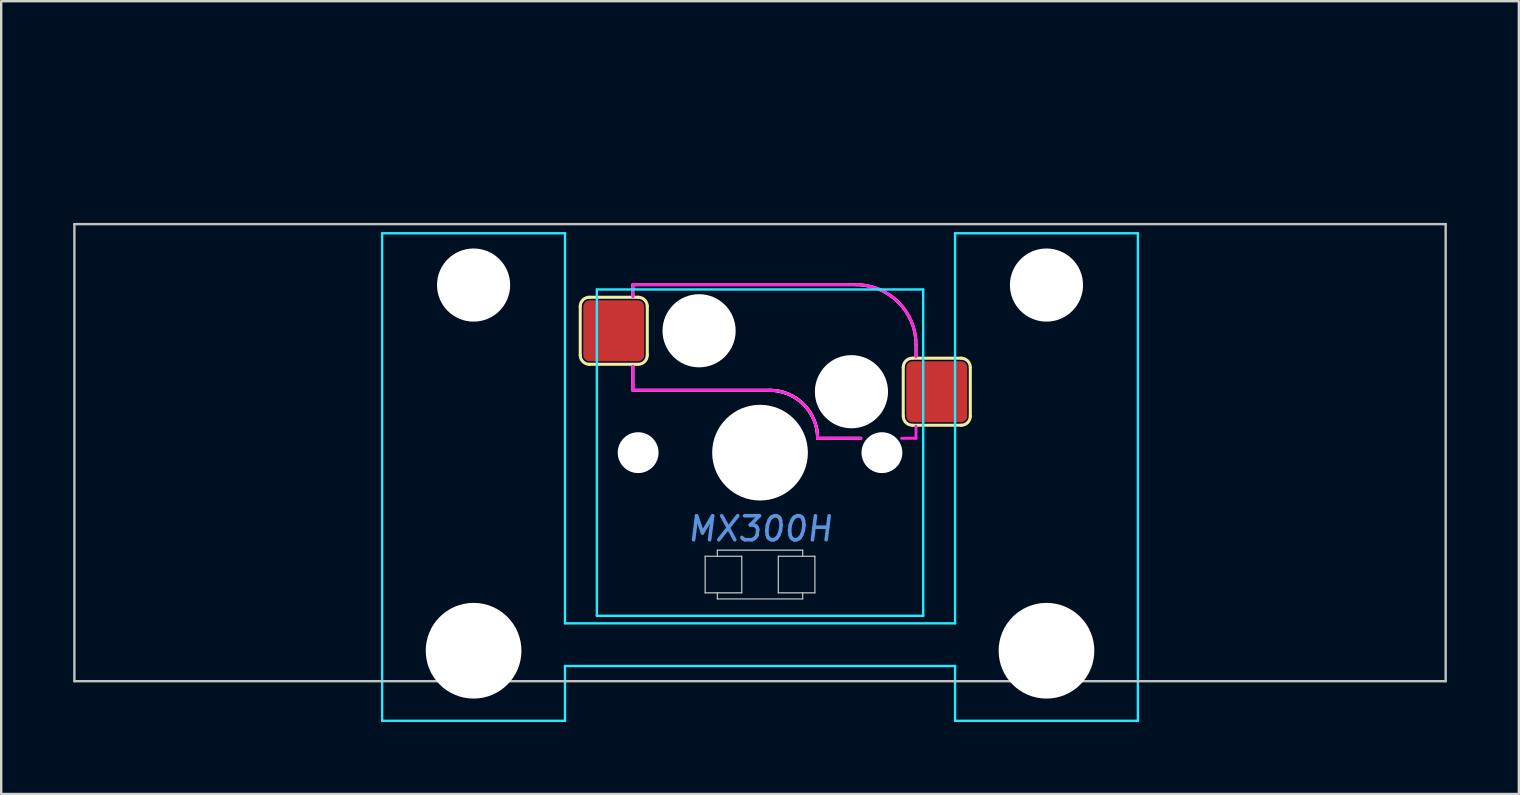
<source format=kicad_pcb>
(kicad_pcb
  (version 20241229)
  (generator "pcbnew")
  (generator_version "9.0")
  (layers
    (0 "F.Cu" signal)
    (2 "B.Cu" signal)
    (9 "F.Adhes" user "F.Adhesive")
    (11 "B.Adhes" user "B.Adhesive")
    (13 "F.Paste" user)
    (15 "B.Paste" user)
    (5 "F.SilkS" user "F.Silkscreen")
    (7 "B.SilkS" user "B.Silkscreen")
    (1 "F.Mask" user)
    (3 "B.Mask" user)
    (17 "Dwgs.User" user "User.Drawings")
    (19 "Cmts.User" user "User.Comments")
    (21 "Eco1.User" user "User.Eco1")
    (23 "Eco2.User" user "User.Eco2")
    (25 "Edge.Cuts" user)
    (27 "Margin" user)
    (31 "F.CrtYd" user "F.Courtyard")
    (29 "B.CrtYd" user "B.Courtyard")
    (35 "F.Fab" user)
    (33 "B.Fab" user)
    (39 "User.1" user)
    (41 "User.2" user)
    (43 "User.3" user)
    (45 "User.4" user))
  (footprint "MX300H"
    (layer "F.Cu")
    (at 28.625 15.815)
    (property "Reference" "MX300H" (at 0 3.175 0) (layer "Cmts.User") (effects (font (size 1 1) (thickness 0.15) (italic yes))))
    (attr smd)
    (fp_line (start -7.493 -6.096) (end -7.493 -4.064) (stroke (width 0.127) (type solid)) (layer "F.SilkS"))
    (fp_line (start -7.112 -3.683) (end -5.08 -3.683) (stroke (width 0.127) (type solid)) (layer "F.SilkS"))
    (fp_line (start -5.3 -7) (end -5.3 -6.5) (stroke (width 0.127) (type solid)) (layer "F.SilkS"))
    (fp_line (start -5.3 -3.6) (end -5.3 -2.6) (stroke (width 0.127) (type solid)) (layer "F.SilkS"))
    (fp_line (start -5.08 -6.477) (end -7.112 -6.477) (stroke (width 0.127) (type solid)) (layer "F.SilkS"))
    (fp_line (start -4.699 -4.064) (end -4.699 -6.096) (stroke (width 0.127) (type solid)) (layer "F.SilkS"))
    (fp_line (start 0.4 -2.6) (end -5.3 -2.6) (stroke (width 0.127) (type solid)) (layer "F.SilkS"))
    (fp_line (start 4 -7) (end -5.3 -7) (stroke (width 0.12) (type solid)) (layer "F.SilkS"))
    (fp_line (start 4.2 -0.6) (end 2.4 -0.6) (stroke (width 0.127) (type solid)) (layer "F.SilkS"))
    (fp_line (start 5.969 -3.556) (end 5.969 -1.524) (stroke (width 0.127) (type solid)) (layer "F.SilkS"))
    (fp_line (start 6.35 -1.143) (end 8.382 -1.143) (stroke (width 0.127) (type solid)) (layer "F.SilkS"))
    (fp_line (start 6.5 -4.5) (end 6.5 -4) (stroke (width 0.12) (type solid)) (layer "F.SilkS"))
    (fp_line (start 8.382 -3.937) (end 6.35 -3.937) (stroke (width 0.127) (type solid)) (layer "F.SilkS"))
    (fp_line (start 8.763 -1.524) (end 8.763 -3.556) (stroke (width 0.127) (type solid)) (layer "F.SilkS"))
    (fp_arc (start -7.493 -6.096) (mid -7.381408 -6.365408) (end -7.112 -6.477) (stroke (width 0.127) (type solid)) (layer "F.SilkS"))
    (fp_arc (start -7.112 -3.683) (mid -7.381408 -3.794592) (end -7.493 -4.064) (stroke (width 0.127) (type solid)) (layer "F.SilkS"))
    (fp_arc (start -5.08 -6.477) (mid -4.810592 -6.365408) (end -4.699 -6.096) (stroke (width 0.127) (type solid)) (layer "F.SilkS"))
    (fp_arc (start -4.699 -4.064) (mid -4.810592 -3.794592) (end -5.08 -3.683) (stroke (width 0.127) (type solid)) (layer "F.SilkS"))
    (fp_arc (start 0.4 -2.6) (mid 1.814214 -2.014214) (end 2.4 -0.6) (stroke (width 0.127) (type solid)) (layer "F.SilkS"))
    (fp_arc (start 0.4 -2.6) (mid 1.814214 -2.014214) (end 2.4 -0.6) (stroke (width 0.127) (type solid)) (layer "F.SilkS"))
    (fp_arc (start 4 -7) (mid 5.767767 -6.267767) (end 6.5 -4.5) (stroke (width 0.127) (type solid)) (layer "F.SilkS"))
    (fp_arc (start 5.969 -3.556) (mid 6.080592 -3.825408) (end 6.35 -3.937) (stroke (width 0.127) (type solid)) (layer "F.SilkS"))
    (fp_arc (start 6.35 -1.143) (mid 6.080592 -1.254592) (end 5.969 -1.524) (stroke (width 0.127) (type solid)) (layer "F.SilkS"))
    (fp_arc (start 8.382 -3.937) (mid 8.651408 -3.825408) (end 8.763 -3.556) (stroke (width 0.127) (type solid)) (layer "F.SilkS"))
    (fp_arc (start 8.763 -1.524) (mid 8.651408 -1.254592) (end 8.382 -1.143) (stroke (width 0.127) (type solid)) (layer "F.SilkS"))
    (fp_line (start -28.575 -9.525) (end -28.575 9.525) (stroke (width 0.1) (type solid)) (layer "Dwgs.User"))
    (fp_line (start -28.575 -9.525) (end 28.575 -9.525) (stroke (width 0.1) (type solid)) (layer "Dwgs.User"))
    (fp_line (start -28.575 9.525) (end 28.575 9.525) (stroke (width 0.1) (type solid)) (layer "Dwgs.User"))
    (fp_line (start -2.286 4.318) (end -0.762 4.318) (stroke (width 0.051) (type solid)) (layer "Dwgs.User"))
    (fp_line (start -2.286 5.842) (end -2.286 4.318) (stroke (width 0.051) (type solid)) (layer "Dwgs.User"))
    (fp_line (start -1.778 4.064) (end 1.778 4.064) (stroke (width 0.051) (type solid)) (layer "Dwgs.User"))
    (fp_line (start -1.778 4.318) (end -1.778 4.064) (stroke (width 0.051) (type solid)) (layer "Dwgs.User"))
    (fp_line (start -1.778 6.096) (end -1.778 5.842) (stroke (width 0.051) (type solid)) (layer "Dwgs.User"))
    (fp_line (start -0.762 4.318) (end -0.762 5.842) (stroke (width 0.051) (type solid)) (layer "Dwgs.User"))
    (fp_line (start -0.762 5.842) (end -2.286 5.842) (stroke (width 0.051) (type solid)) (layer "Dwgs.User"))
    (fp_line (start 0.762 4.318) (end 2.286 4.318) (stroke (width 0.051) (type solid)) (layer "Dwgs.User"))
    (fp_line (start 0.762 5.842) (end 0.762 4.318) (stroke (width 0.051) (type solid)) (layer "Dwgs.User"))
    (fp_line (start 1.778 4.064) (end 1.778 4.318) (stroke (width 0.051) (type solid)) (layer "Dwgs.User"))
    (fp_line (start 1.778 5.842) (end 1.778 6.096) (stroke (width 0.051) (type solid)) (layer "Dwgs.User"))
    (fp_line (start 1.778 6.096) (end -1.778 6.096) (stroke (width 0.051) (type solid)) (layer "Dwgs.User"))
    (fp_line (start 2.286 4.318) (end 2.286 5.842) (stroke (width 0.051) (type solid)) (layer "Dwgs.User"))
    (fp_line (start 2.286 5.842) (end 0.762 5.842) (stroke (width 0.051) (type solid)) (layer "Dwgs.User"))
    (fp_line (start 28.575 -9.525) (end 28.575 9.525) (stroke (width 0.1) (type solid)) (layer "Dwgs.User"))
    (fp_line (start -23.241 -3.303) (end -22.225 -3.303) (stroke (width 0.1) (type solid)) (layer "Eco1.User"))
    (fp_line (start -23.241 -0.509) (end -23.241 -3.303) (stroke (width 0.1) (type solid)) (layer "Eco1.User"))
    (fp_line (start -22.225 -3.303) (end -22.225 -5.69) (stroke (width 0.1) (type solid)) (layer "Eco1.User"))
    (fp_line (start -22.225 -0.509) (end -23.241 -0.509) (stroke (width 0.1) (type solid)) (layer "Eco1.User"))
    (fp_line (start -22.225 -5.69) (end -15.57 -5.69) (stroke (width 0.1) (type solid)) (layer "Eco1.User"))
    (fp_line (start -22.225 6.603) (end -22.225 -0.509) (stroke (width 0.1) (type solid)) (layer "Eco1.User"))
    (fp_line (start -20.421 6.603) (end -22.225 6.603) (stroke (width 0.1) (type solid)) (layer "Eco1.User"))
    (fp_line (start -20.421 7.772) (end -20.421 6.603) (stroke (width 0.1) (type solid)) (layer "Eco1.User"))
    (fp_line (start -17.373 6.603) (end -17.373 7.772) (stroke (width 0.1) (type solid)) (layer "Eco1.User"))
    (fp_line (start -17.373 7.772) (end -20.421 7.772) (stroke (width 0.1) (type solid)) (layer "Eco1.User"))
    (fp_line (start -15.57 -5.69) (end -15.57 -2.286) (stroke (width 0.1) (type solid)) (layer "Eco1.User"))
    (fp_line (start -15.57 -2.286) (end -6.985 -2.286) (stroke (width 0.1) (type solid)) (layer "Eco1.User"))
    (fp_line (start -15.57 2.286) (end -15.57 6.603) (stroke (width 0.1) (type solid)) (layer "Eco1.User"))
    (fp_line (start -15.57 6.603) (end -17.373 6.603) (stroke (width 0.1) (type solid)) (layer "Eco1.User"))
    (fp_line (start -7 -7) (end 7 -7) (stroke (width 0.1) (type solid)) (layer "Eco1.User"))
    (fp_line (start -7 7) (end -6.985 2.286) (stroke (width 0.1) (type solid)) (layer "Eco1.User"))
    (fp_line (start -6.985 -2.286) (end -7 -7) (stroke (width 0.1) (type solid)) (layer "Eco1.User"))
    (fp_line (start -6.985 2.286) (end -15.57 2.286) (stroke (width 0.1) (type solid)) (layer "Eco1.User"))
    (fp_line (start 0 -15.765) (end 0 -15.765) (stroke (width 0.1) (type solid)) (layer "Eco1.User"))
    (fp_line (start 0 -15.765) (end 0 -15.765) (stroke (width 0.1) (type solid)) (layer "Eco1.User"))
    (fp_line (start 0 -15.765) (end 0 -15.765) (stroke (width 0.1) (type solid)) (layer "Eco1.User"))
    (fp_line (start 0 -0.941) (end 0.000056 0.941) (stroke (width 0.1) (type solid)) (layer "Eco1.User"))
    (fp_line (start 0.941 -0.000055) (end -0.941 0.000001) (stroke (width 0.1) (type solid)) (layer "Eco1.User"))
    (fp_line (start 6.985 -2.286) (end 15.57 -2.286) (stroke (width 0.1) (type solid)) (layer "Eco1.User"))
    (fp_line (start 6.985 6.985) (end -7 7) (stroke (width 0.1) (type solid)) (layer "Eco1.User"))
    (fp_line (start 6.985 2.286) (end 6.985 6.985) (stroke (width 0.1) (type solid)) (layer "Eco1.User"))
    (fp_line (start 7 -7) (end 6.985 -2.286) (stroke (width 0.1) (type solid)) (layer "Eco1.User"))
    (fp_line (start 15.57 -2.286) (end 15.57 -5.69) (stroke (width 0.1) (type solid)) (layer "Eco1.User"))
    (fp_line (start 15.57 6.603) (end 15.57 2.286) (stroke (width 0.1) (type solid)) (layer "Eco1.User"))
    (fp_line (start 15.57 -5.69) (end 22.225 -5.69) (stroke (width 0.1) (type solid)) (layer "Eco1.User"))
    (fp_line (start 15.57 2.286) (end 6.985 2.286) (stroke (width 0.1) (type solid)) (layer "Eco1.User"))
    (fp_line (start 17.373 6.603) (end 15.57 6.603) (stroke (width 0.1) (type solid)) (layer "Eco1.User"))
    (fp_line (start 17.373 7.772) (end 17.373 6.603) (stroke (width 0.1) (type solid)) (layer "Eco1.User"))
    (fp_line (start 20.421 6.603) (end 20.421 7.772) (stroke (width 0.1) (type solid)) (layer "Eco1.User"))
    (fp_line (start 20.421 7.772) (end 17.373 7.772) (stroke (width 0.1) (type solid)) (layer "Eco1.User"))
    (fp_line (start 22.225 -5.69) (end 22.225 -3.303) (stroke (width 0.1) (type solid)) (layer "Eco1.User"))
    (fp_line (start 22.225 6.603) (end 20.421 6.603) (stroke (width 0.1) (type solid)) (layer "Eco1.User"))
    (fp_line (start 22.225 -3.303) (end 23.241 -3.303) (stroke (width 0.1) (type solid)) (layer "Eco1.User"))
    (fp_line (start 22.225 -0.509) (end 22.225 6.603) (stroke (width 0.1) (type solid)) (layer "Eco1.User"))
    (fp_line (start 23.241 -3.303) (end 23.241 -0.509) (stroke (width 0.1) (type solid)) (layer "Eco1.User"))
    (fp_line (start 23.241 -0.509) (end 22.225 -0.509) (stroke (width 0.1) (type solid)) (layer "Eco1.User"))
    (fp_line (start -15.748 -9.144) (end -15.748 11.176) (stroke (width 0.1) (type solid)) (layer "B.CrtYd"))
    (fp_line (start -15.748 11.176) (end -8.128 11.176) (stroke (width 0.1) (type solid)) (layer "B.CrtYd"))
    (fp_line (start -8.128 -9.144) (end -15.748 -9.144) (stroke (width 0.1) (type solid)) (layer "B.CrtYd"))
    (fp_line (start -8.128 7.112) (end -8.128 -9.144) (stroke (width 0.1) (type solid)) (layer "B.CrtYd"))
    (fp_line (start -8.128 7.112) (end 8.128 7.112) (stroke (width 0.1) (type solid)) (layer "B.CrtYd"))
    (fp_line (start -8.128 8.89) (end -8.128 11.176) (stroke (width 0.1) (type solid)) (layer "B.CrtYd"))
    (fp_line (start -8.128 8.89) (end 8.128 8.89) (stroke (width 0.1) (type solid)) (layer "B.CrtYd"))
    (fp_line (start -6.8 -6.8) (end -6.8 6.8) (stroke (width 0.1) (type solid)) (layer "B.CrtYd"))
    (fp_line (start 6.8 -6.8) (end -6.8 -6.8) (stroke (width 0.1) (type solid)) (layer "B.CrtYd"))
    (fp_line (start 6.8 -6.8) (end 6.8 6.8) (stroke (width 0.1) (type solid)) (layer "B.CrtYd"))
    (fp_line (start 6.8 6.8) (end -6.8 6.8) (stroke (width 0.1) (type solid)) (layer "B.CrtYd"))
    (fp_line (start 8.128 -9.144) (end 15.748 -9.144) (stroke (width 0.1) (type solid)) (layer "B.CrtYd"))
    (fp_line (start 8.128 7.112) (end 8.128 -9.142) (stroke (width 0.1) (type solid)) (layer "B.CrtYd"))
    (fp_line (start 8.128 8.89) (end 8.128 11.176) (stroke (width 0.1) (type solid)) (layer "B.CrtYd"))
    (fp_line (start 15.748 11.176) (end 8.128 11.176) (stroke (width 0.1) (type solid)) (layer "B.CrtYd"))
    (fp_line (start 15.748 11.176) (end 15.748 -9.144) (stroke (width 0.1) (type solid)) (layer "B.CrtYd"))
    (fp_line (start -5.3 -7) (end -5.3 -6.5) (stroke (width 0.127) (type solid)) (layer "F.CrtYd"))
    (fp_line (start -5.3 -3.6) (end -5.3 -2.6) (stroke (width 0.127) (type solid)) (layer "F.CrtYd"))
    (fp_line (start -5.2 -7) (end -5.3 -7) (stroke (width 0.12) (type solid)) (layer "F.CrtYd"))
    (fp_line (start 0.4 -2.6) (end -5.3 -2.6) (stroke (width 0.127) (type solid)) (layer "F.CrtYd"))
    (fp_line (start 4 -7) (end -5.2 -7) (stroke (width 0.12) (type solid)) (layer "F.CrtYd"))
    (fp_line (start 4.2 -0.6) (end 2.4 -0.6) (stroke (width 0.127) (type solid)) (layer "F.CrtYd"))
    (fp_line (start 6.5 -4.5) (end 6.5 -4) (stroke (width 0.127) (type solid)) (layer "F.CrtYd"))
    (fp_line (start 6.5 -1.1) (end 6.5 -0.6) (stroke (width 0.12) (type solid)) (layer "F.CrtYd"))
    (fp_line (start 6.5 -0.6) (end 5.9 -0.6) (stroke (width 0.12) (type solid)) (layer "F.CrtYd"))
    (fp_arc (start 0.4 -2.6) (mid 1.814214 -2.014214) (end 2.4 -0.6) (stroke (width 0.127) (type solid)) (layer "F.CrtYd"))
    (fp_arc (start 4 -7) (mid 5.767767 -6.267767) (end 6.5 -4.5) (stroke (width 0.127) (type solid)) (layer "F.CrtYd"))
    (pad "" np_thru_hole circle (at -11.938 -6.985) (size 3.048 3.048) (drill 3.048) (layers "*.Cu" "*.Mask"))
    (pad "" np_thru_hole circle (at -11.938 8.255) (size 3.988 3.988) (drill 3.988) (layers "*.Cu" "*.Mask"))
    (pad "" np_thru_hole circle (at -5.08 0) (size 1.702 1.702) (drill 1.702) (layers "*.Cu" "*.Mask"))
    (pad "" np_thru_hole circle (at -2.54 -5.08) (size 3.048 3.048) (drill 3.048) (layers "*.Cu" "*.Mask"))
    (pad "" np_thru_hole circle (at 0 0) (size 3.988 3.988) (drill 3.988) (layers "*.Cu" "*.Mask"))
    (pad "" np_thru_hole circle (at 3.81 -2.54) (size 3.048 3.048) (drill 3.048) (layers "*.Cu" "*.Mask"))
    (pad "" np_thru_hole circle (at 5.08 0) (size 1.702 1.702) (drill 1.702) (layers "*.Cu" "*.Mask"))
    (pad "" np_thru_hole circle (at 11.938 -6.985) (size 3.048 3.048) (drill 3.048) (layers "*.Cu" "*.Mask"))
    (pad "" np_thru_hole circle (at 11.938 8.255) (size 3.988 3.988) (drill 3.988) (layers "*.Cu" "*.Mask"))
    (pad "1" smd roundrect (at -6.096 -5.08) (size 2.54 2.54) (layers "F.Cu" "F.Mask" "F.Paste") (roundrect_rratio 0.1))
    (pad "2" smd roundrect (at 7.366 -2.54) (size 2.54 2.54) (layers "F.Cu" "F.Mask" "F.Paste") (roundrect_rratio 0.1)))
  (gr_rect
    (start -3 -3)
    (end 60.25 30.041)
    (stroke (width 0.1) (type default))
    (fill no)
    (layer "Edge.Cuts")))
</source>
